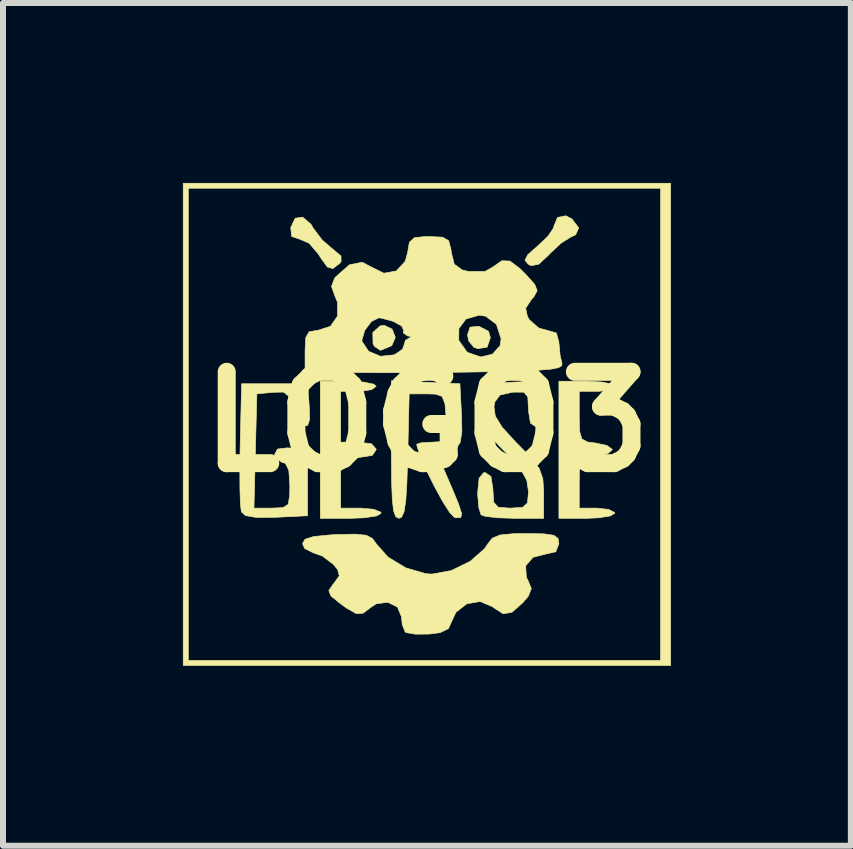
<source format=kicad_pcb>
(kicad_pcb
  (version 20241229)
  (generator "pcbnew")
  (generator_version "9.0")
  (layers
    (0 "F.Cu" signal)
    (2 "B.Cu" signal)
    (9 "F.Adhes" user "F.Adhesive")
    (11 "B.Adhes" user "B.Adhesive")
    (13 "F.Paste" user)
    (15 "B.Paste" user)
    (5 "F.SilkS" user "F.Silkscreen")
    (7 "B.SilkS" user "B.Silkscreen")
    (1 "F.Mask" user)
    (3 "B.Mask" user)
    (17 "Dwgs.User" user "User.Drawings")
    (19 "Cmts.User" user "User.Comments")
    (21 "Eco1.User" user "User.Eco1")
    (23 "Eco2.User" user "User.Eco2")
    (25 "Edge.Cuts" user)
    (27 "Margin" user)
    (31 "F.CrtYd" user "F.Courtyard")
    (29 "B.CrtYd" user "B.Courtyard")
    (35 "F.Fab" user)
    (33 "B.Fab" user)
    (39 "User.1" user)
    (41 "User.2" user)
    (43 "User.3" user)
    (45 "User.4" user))
  (footprint "LOGO3"
    (layer "F.Cu")
    (at 4.069 3.984)
    (property "Reference" "LOGO3" (at 0 0 0) (layer "F.SilkS") (effects (font (size 1.524 1.524) (thickness 0.3))))
    (attr through_hole)
    (fp_poly (pts (xy 1.027 -1.51) (xy 1.058 -1.404) (xy 1.004 -1.245) (xy 0.85 -1.22) (xy 0.783 -1.242) (xy 0.695 -1.351) (xy 0.677 -1.452) (xy 0.72 -1.579) (xy 0.868 -1.593) (xy 1.027 -1.51)) (stroke (width 0.01) (type solid)) (fill yes) (layer "F.SilkS"))
    (fp_poly (pts (xy -0.579 -1.545) (xy -0.527 -1.407) (xy -0.583 -1.276) (xy -0.601 -1.263) (xy -0.774 -1.192) (xy -0.876 -1.259) (xy -0.899 -1.308) (xy -0.902 -1.49) (xy -0.781 -1.599) (xy -0.712 -1.609) (xy -0.579 -1.545)) (stroke (width 0.01) (type solid)) (fill yes) (layer "F.SilkS"))
    (fp_poly (pts (xy 4.064 4.064) (xy -4.064 4.064) (xy -4.064 -3.895) (xy -3.979 -3.895) (xy -3.979 3.979) (xy 3.895 3.979) (xy 3.895 -3.895) (xy -3.979 -3.895) (xy -4.064 -3.895) (xy -4.064 -3.979) (xy 4.064 -3.979) (xy 4.064 4.064)) (stroke (width 0.01) (type solid)) (fill yes) (layer "F.SilkS"))
    (fp_poly (pts (xy -1.934 -3.295) (xy -1.895 -3.229) (xy -1.748 -3.033) (xy -1.576 -2.885) (xy -1.433 -2.766) (xy -1.431 -2.672) (xy -1.457 -2.641) (xy -1.568 -2.555) (xy -1.659 -2.581) (xy -1.772 -2.736) (xy -1.807 -2.794) (xy -1.964 -2.978) (xy -2.127 -3.048) (xy -2.255 -3.09) (xy -2.271 -3.239) (xy -2.197 -3.395) (xy -2.071 -3.413) (xy -1.934 -3.295)) (stroke (width 0.01) (type solid)) (fill yes) (layer "F.SilkS"))
    (fp_poly (pts (xy 2.417 -3.384) (xy 2.531 -3.235) (xy 2.481 -3.12) (xy 2.392 -3.077) (xy 2.239 -2.981) (xy 2.058 -2.813) (xy 2.032 -2.784) (xy 1.865 -2.628) (xy 1.74 -2.603) (xy 1.693 -2.625) (xy 1.634 -2.695) (xy 1.683 -2.788) (xy 1.841 -2.927) (xy 2.015 -3.09) (xy 2.11 -3.23) (xy 2.117 -3.261) (xy 2.177 -3.408) (xy 2.317 -3.436) (xy 2.417 -3.384)) (stroke (width 0.01) (type solid)) (fill yes) (layer "F.SilkS"))
    (fp_poly (pts (xy -1.057 -0.663) (xy -0.888 -0.628) (xy -0.847 -0.593) (xy -0.921 -0.537) (xy -1.104 -0.509) (xy -1.143 -0.508) (xy -1.439 -0.508) (xy -1.439 0.339) (xy -1.143 0.339) (xy -0.924 0.366) (xy -0.847 0.454) (xy -0.847 0.466) (xy -0.911 0.56) (xy -1.116 0.592) (xy -1.143 0.593) (xy -1.439 0.593) (xy -1.439 1.439) (xy -1.101 1.439) (xy -0.889 1.458) (xy -0.771 1.505) (xy -0.762 1.524) (xy -0.839 1.569) (xy -1.041 1.6) (xy -1.27 1.609) (xy -1.778 1.609) (xy -1.778 -0.677) (xy -1.312 -0.677) (xy -1.057 -0.663)) (stroke (width 0.01) (type solid)) (fill yes) (layer "F.SilkS"))
    (fp_poly (pts (xy 2.922 -0.663) (xy 3.091 -0.628) (xy 3.133 -0.593) (xy 3.058 -0.537) (xy 2.875 -0.509) (xy 2.836 -0.508) (xy 2.54 -0.508) (xy 2.54 -0.09) (xy 2.546 0.159) (xy 2.583 0.286) (xy 2.681 0.337) (xy 2.815 0.354) (xy 3.003 0.395) (xy 3.09 0.459) (xy 3.09 0.466) (xy 3.016 0.53) (xy 2.836 0.575) (xy 2.815 0.577) (xy 2.651 0.602) (xy 2.57 0.666) (xy 2.543 0.817) (xy 2.54 1.021) (xy 2.54 1.439) (xy 2.836 1.439) (xy 3.032 1.461) (xy 3.13 1.513) (xy 3.133 1.524) (xy 3.056 1.57) (xy 2.859 1.601) (xy 2.667 1.609) (xy 2.201 1.609) (xy 2.201 -0.677) (xy 2.667 -0.677) (xy 2.922 -0.663)) (stroke (width 0.01) (type solid)) (fill yes) (layer "F.SilkS"))
    (fp_poly (pts (xy -1.963 -0.268) (xy -1.956 -0.04) (xy -1.989 0.061) (xy -2.077 0.072) (xy -2.09 0.07) (xy -2.219 -0.032) (xy -2.271 -0.238) (xy -2.305 -0.428) (xy -2.392 -0.496) (xy -2.567 -0.492) (xy -2.836 -0.466) (xy -2.86 0.487) (xy -2.884 1.439) (xy -2.585 1.439) (xy -2.401 1.431) (xy -2.314 1.377) (xy -2.288 1.229) (xy -2.286 1.058) (xy -2.303 0.807) (xy -2.359 0.693) (xy -2.413 0.677) (xy -2.524 0.609) (xy -2.54 0.545) (xy -2.492 0.454) (xy -2.326 0.434) (xy -2.265 0.439) (xy -1.99 0.466) (xy -1.99 1.566) (xy -2.52 1.592) (xy -2.843 1.595) (xy -3.027 1.563) (xy -3.094 1.502) (xy -3.11 1.376) (xy -3.118 1.119) (xy -3.12 0.768) (xy -3.114 0.376) (xy -3.09 -0.635) (xy -1.99 -0.635) (xy -1.963 -0.268)) (stroke (width 0.01) (type solid)) (fill yes) (layer "F.SilkS"))
    (fp_poly (pts (xy 0.55 -0.635) (xy 0.576 -0.131) (xy 0.583 0.163) (xy 0.555 0.342) (xy 0.481 0.458) (xy 0.413 0.515) (xy 0.225 0.658) (xy 0.409 1.085) (xy 0.527 1.369) (xy 0.579 1.529) (xy 0.566 1.595) (xy 0.493 1.6) (xy 0.459 1.594) (xy 0.38 1.513) (xy 0.259 1.323) (xy 0.121 1.07) (xy -0.013 0.799) (xy -0.117 0.558) (xy -0.168 0.393) (xy -0.169 0.373) (xy -0.096 0.349) (xy 0.083 0.339) (xy 0.089 0.339) (xy 0.245 0.33) (xy 0.317 0.275) (xy 0.332 0.129) (xy 0.322 -0.064) (xy 0.3 -0.306) (xy 0.253 -0.424) (xy 0.143 -0.462) (xy 0 -0.466) (xy -0.296 -0.466) (xy -0.32 0.572) (xy -0.334 1.018) (xy -0.353 1.32) (xy -0.382 1.502) (xy -0.423 1.59) (xy -0.468 1.609) (xy -0.519 1.583) (xy -0.555 1.489) (xy -0.577 1.304) (xy -0.589 1.002) (xy -0.593 0.56) (xy -0.593 0.462) (xy -0.593 -0.685) (xy 0.55 -0.635)) (stroke (width 0.01) (type solid)) (fill yes) (layer "F.SilkS"))
    (fp_poly (pts (xy 1.947 -0.3) (xy 1.931 -0.048) (xy 1.876 0.068) (xy 1.82 0.085) (xy 1.727 0.022) (xy 1.694 -0.181) (xy 1.693 -0.217) (xy 1.682 -0.417) (xy 1.617 -0.494) (xy 1.452 -0.495) (xy 1.418 -0.492) (xy 1.218 -0.446) (xy 1.133 -0.332) (xy 1.118 -0.254) (xy 1.14 -0.096) (xy 1.255 0.091) (xy 1.484 0.342) (xy 1.521 0.378) (xy 1.747 0.61) (xy 1.875 0.783) (xy 1.933 0.949) (xy 1.947 1.162) (xy 1.947 1.203) (xy 1.947 1.609) (xy 1.453 1.609) (xy 1.178 1.6) (xy 0.975 1.576) (xy 0.903 1.552) (xy 0.867 1.438) (xy 0.847 1.226) (xy 0.847 1.171) (xy 0.87 0.941) (xy 0.944 0.85) (xy 0.974 0.847) (xy 1.068 0.911) (xy 1.1 1.116) (xy 1.101 1.143) (xy 1.114 1.342) (xy 1.188 1.423) (xy 1.374 1.439) (xy 1.397 1.439) (xy 1.596 1.426) (xy 1.677 1.353) (xy 1.693 1.172) (xy 1.693 1.161) (xy 1.666 0.978) (xy 1.567 0.794) (xy 1.371 0.567) (xy 1.266 0.462) (xy 1.04 0.23) (xy 0.915 0.062) (xy 0.864 -0.09) (xy 0.863 -0.276) (xy 0.864 -0.296) (xy 0.889 -0.635) (xy 1.418 -0.66) (xy 1.947 -0.685) (xy 1.947 -0.3)) (stroke (width 0.01) (type solid)) (fill yes) (layer "F.SilkS"))
    (fp_poly (pts (xy 1.951 1.868) (xy 2.116 1.892) (xy 2.187 1.945) (xy 2.201 2.032) (xy 2.149 2.167) (xy 2 2.201) (xy 1.77 2.258) (xy 1.647 2.401) (xy 1.658 2.593) (xy 1.684 2.641) (xy 1.741 2.78) (xy 1.691 2.908) (xy 1.6 3.015) (xy 1.418 3.176) (xy 1.271 3.201) (xy 1.107 3.095) (xy 1.091 3.082) (xy 0.888 2.996) (xy 0.664 3.035) (xy 0.484 3.176) (xy 0.422 3.308) (xy 0.359 3.448) (xy 0.219 3.516) (xy 0.036 3.539) (xy -0.193 3.541) (xy -0.344 3.515) (xy -0.363 3.504) (xy -0.412 3.378) (xy -0.423 3.255) (xy -0.491 3.089) (xy -0.652 3.009) (xy -0.846 3.035) (xy -0.935 3.094) (xy -1.063 3.191) (xy -1.177 3.199) (xy -1.336 3.109) (xy -1.442 3.033) (xy -1.6 2.904) (xy -1.636 2.814) (xy -1.566 2.71) (xy -1.552 2.694) (xy -1.461 2.568) (xy -1.489 2.463) (xy -1.562 2.375) (xy -1.746 2.237) (xy -1.893 2.185) (xy -2.037 2.114) (xy -2.074 2.032) (xy -2.033 1.959) (xy -1.891 1.913) (xy -1.617 1.886) (xy -1.508 1.88) (xy -1.198 1.873) (xy -1.013 1.891) (xy -0.909 1.945) (xy -0.846 2.033) (xy -0.648 2.257) (xy -0.349 2.436) (xy -0.019 2.532) (xy 0.085 2.539) (xy 0.407 2.48) (xy 0.722 2.326) (xy 0.961 2.116) (xy 1.014 2.037) (xy 1.09 1.94) (xy 1.219 1.887) (xy 1.445 1.865) (xy 1.654 1.863) (xy 1.951 1.868)) (stroke (width 0.01) (type solid)) (fill yes) (layer "F.SilkS"))
    (fp_poly (pts (xy 0.261 -3.079) (xy 0.363 -3.02) (xy 0.401 -2.876) (xy 0.407 -2.825) (xy 0.456 -2.628) (xy 0.589 -2.533) (xy 0.696 -2.507) (xy 0.972 -2.509) (xy 1.1 -2.582) (xy 1.25 -2.686) (xy 1.385 -2.681) (xy 1.552 -2.555) (xy 1.65 -2.457) (xy 1.798 -2.291) (xy 1.839 -2.187) (xy 1.785 -2.088) (xy 1.744 -2.042) (xy 1.647 -1.895) (xy 1.676 -1.756) (xy 1.708 -1.701) (xy 1.867 -1.563) (xy 2.01 -1.524) (xy 2.159 -1.482) (xy 2.201 -1.327) (xy 2.201 -1.319) (xy 2.222 -1.102) (xy 2.251 -0.984) (xy 2.251 -0.939) (xy 2.197 -0.904) (xy 2.069 -0.878) (xy 1.846 -0.86) (xy 1.508 -0.846) (xy 1.033 -0.835) (xy 0.664 -0.829) (xy 0.112 -0.822) (xy -0.42 -0.819) (xy -0.894 -0.82) (xy -1.272 -0.823) (xy -1.503 -0.83) (xy -2.032 -0.855) (xy -2.032 -1.189) (xy -2.022 -1.364) (xy -1.084 -1.364) (xy -1.081 -1.338) (xy -0.972 -1.176) (xy -0.772 -1.093) (xy -0.549 -1.117) (xy -0.536 -1.122) (xy -0.406 -1.21) (xy -0.384 -1.275) (xy -0.359 -1.358) (xy 0.531 -1.358) (xy 0.662 -1.173) (xy 0.687 -1.154) (xy 0.898 -1.082) (xy 1.093 -1.128) (xy 1.219 -1.269) (xy 1.237 -1.384) (xy 1.159 -1.626) (xy 0.978 -1.762) (xy 0.87 -1.778) (xy 0.651 -1.714) (xy 0.533 -1.556) (xy 0.531 -1.358) (xy -0.359 -1.358) (xy -0.359 -1.359) (xy -0.318 -1.383) (xy -0.259 -1.421) (xy -0.322 -1.433) (xy -0.395 -1.483) (xy -0.385 -1.518) (xy -0.418 -1.595) (xy -0.56 -1.675) (xy -0.754 -1.728) (xy -0.804 -1.734) (xy -0.926 -1.673) (xy -1.037 -1.524) (xy -1.084 -1.364) (xy -2.022 -1.364) (xy -2.02 -1.406) (xy -1.964 -1.502) (xy -1.835 -1.524) (xy -1.823 -1.524) (xy -1.608 -1.593) (xy -1.489 -1.766) (xy -1.492 -1.996) (xy -1.528 -2.082) (xy -1.591 -2.258) (xy -1.54 -2.393) (xy -1.523 -2.415) (xy -1.293 -2.618) (xy -1.079 -2.661) (xy -0.934 -2.585) (xy -0.717 -2.478) (xy -0.509 -2.516) (xy -0.361 -2.678) (xy -0.322 -2.823) (xy -0.292 -2.995) (xy -0.21 -3.071) (xy -0.024 -3.09) (xy 0.042 -3.09) (xy 0.261 -3.079)) (stroke (width 0.01) (type solid)) (fill yes) (layer "F.SilkS")))
  (gr_rect
    (start -3 -3)
    (end 11.138 11.053)
    (stroke (width 0.1) (type default))
    (fill no)
    (layer "Edge.Cuts")))
</source>
